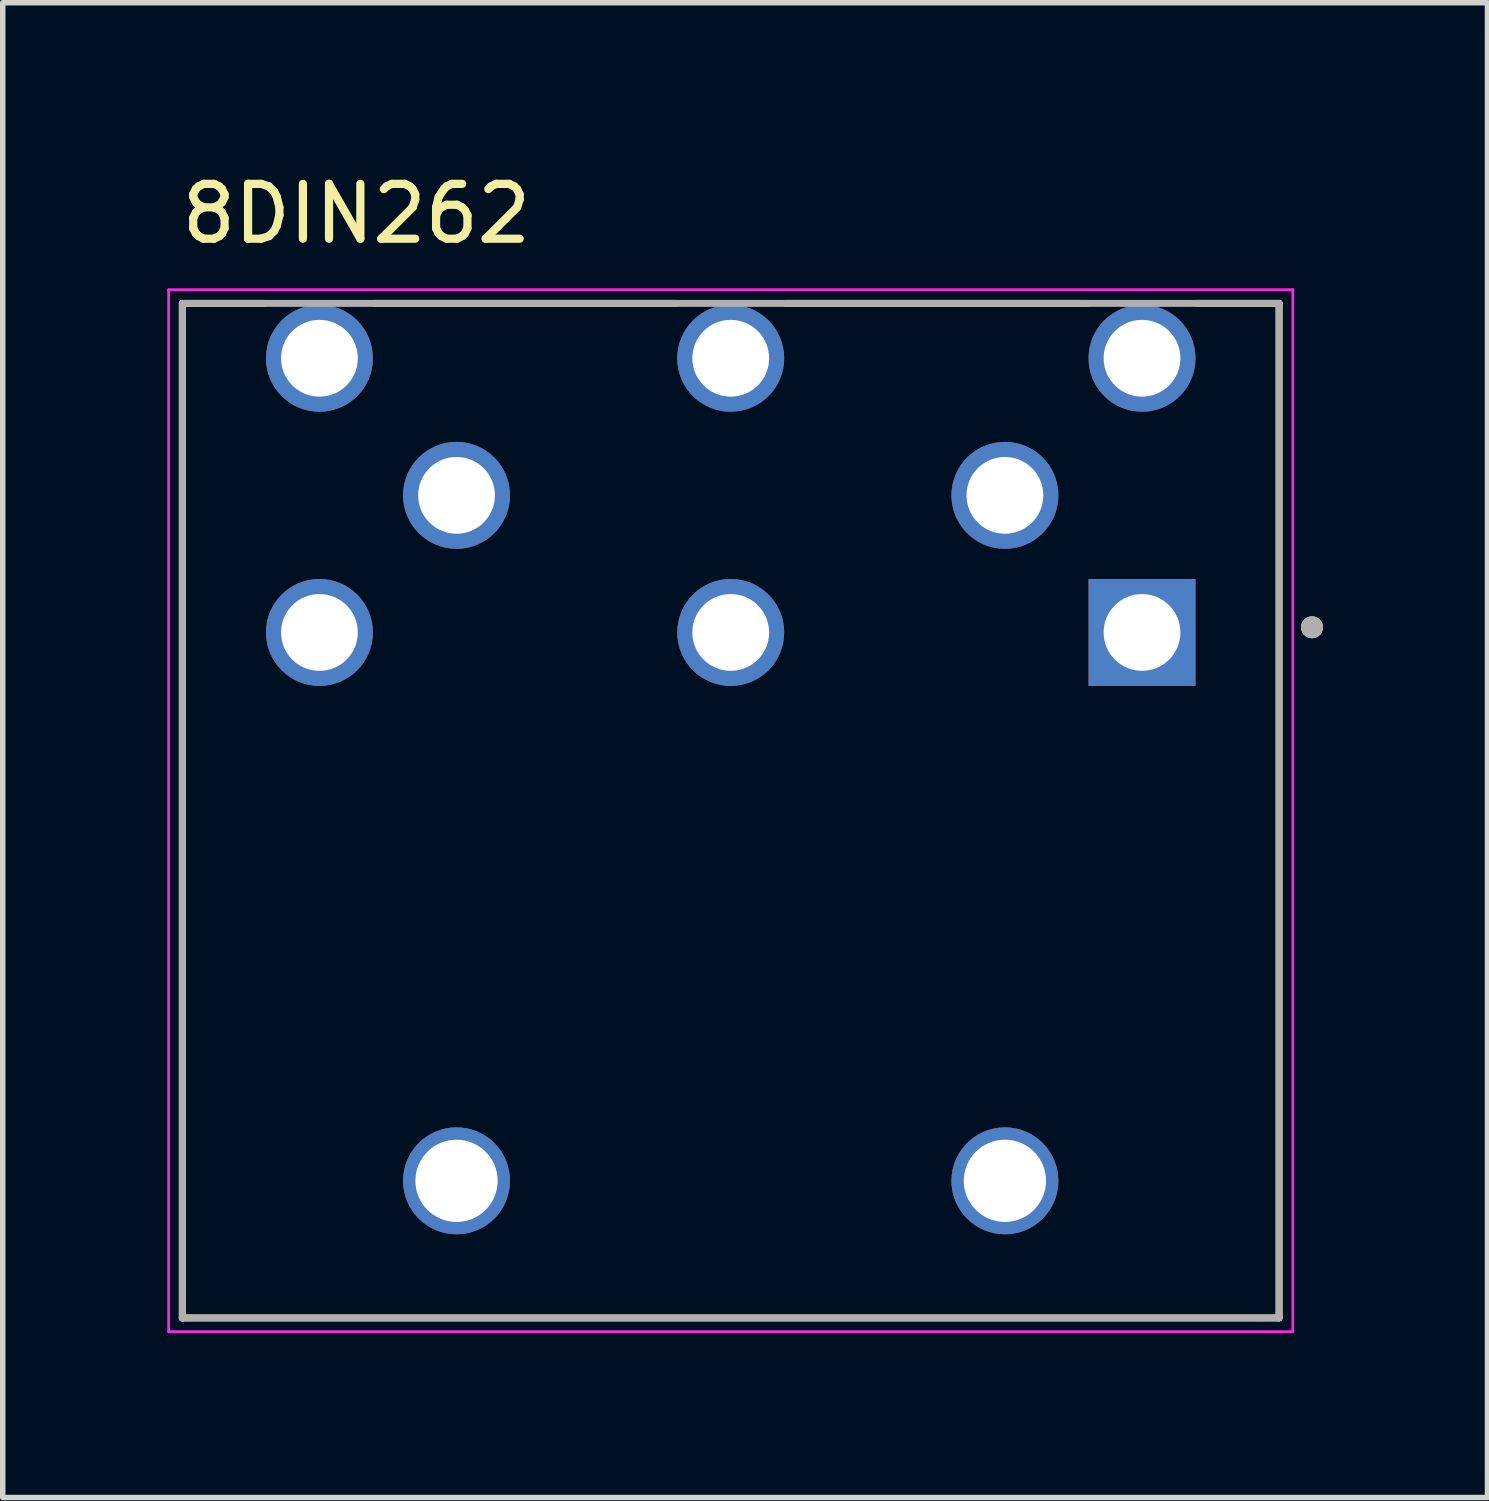
<source format=kicad_pcb>
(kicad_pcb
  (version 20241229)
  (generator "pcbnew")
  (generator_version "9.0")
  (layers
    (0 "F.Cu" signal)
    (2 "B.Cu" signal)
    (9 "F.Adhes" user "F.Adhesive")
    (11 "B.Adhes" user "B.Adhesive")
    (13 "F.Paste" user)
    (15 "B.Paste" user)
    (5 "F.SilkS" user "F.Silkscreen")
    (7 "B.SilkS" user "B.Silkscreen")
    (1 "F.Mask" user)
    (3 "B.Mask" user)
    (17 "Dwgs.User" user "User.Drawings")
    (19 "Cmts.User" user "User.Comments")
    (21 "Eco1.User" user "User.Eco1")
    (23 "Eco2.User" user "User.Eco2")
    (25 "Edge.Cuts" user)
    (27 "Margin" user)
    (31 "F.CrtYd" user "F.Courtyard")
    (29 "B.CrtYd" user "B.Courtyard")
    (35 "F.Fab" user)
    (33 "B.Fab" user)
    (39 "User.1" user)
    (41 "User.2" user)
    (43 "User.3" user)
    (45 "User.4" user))
  (footprint "8DIN262"
    (layer "F.Cu")
    (at 10.275 13.483)
    (property "Reference" "8DIN262" (at -6.825 -12.635 0) (layer "F.SilkS") (effects (font (size 1 1) (thickness 0.15))))
    (attr through_hole)
    (fp_line (start -10 -11) (end -8.5 -11) (stroke (width 0.127) (type default)) (layer "F.SilkS"))
    (fp_line (start -10 7.5) (end -10 -11) (stroke (width 0.127) (type solid)) (layer "F.SilkS"))
    (fp_line (start -10 7.5) (end 10 7.5) (stroke (width 0.127) (type solid)) (layer "F.SilkS"))
    (fp_line (start -6.5 -11) (end -1 -11) (stroke (width 0.127) (type solid)) (layer "F.SilkS"))
    (fp_line (start 1 -11) (end 6.5 -11) (stroke (width 0.127) (type solid)) (layer "F.SilkS"))
    (fp_line (start 10 -11) (end 8.5 -11) (stroke (width 0.127) (type default)) (layer "F.SilkS"))
    (fp_line (start 10 -11) (end 10 7.5) (stroke (width 0.127) (type solid)) (layer "F.SilkS"))
    (fp_circle (center 10.6 -5.094) (end 10.7 -5.094) (stroke (width 0.2) (type solid)) (fill no) (layer "F.SilkS"))
    (fp_line (start -10.25 -11.25) (end 10.25 -11.25) (stroke (width 0.05) (type solid)) (layer "F.CrtYd"))
    (fp_line (start -10.25 7.75) (end -10.25 -11.25) (stroke (width 0.05) (type solid)) (layer "F.CrtYd"))
    (fp_line (start 10.25 -11.25) (end 10.25 7.75) (stroke (width 0.05) (type solid)) (layer "F.CrtYd"))
    (fp_line (start 10.25 7.75) (end -10.25 7.75) (stroke (width 0.05) (type solid)) (layer "F.CrtYd"))
    (fp_line (start -10 -11) (end 10 -11) (stroke (width 0.127) (type solid)) (layer "F.Fab"))
    (fp_line (start -10 7.5) (end -10 -11) (stroke (width 0.127) (type solid)) (layer "F.Fab"))
    (fp_line (start 10 -11) (end 10 7.5) (stroke (width 0.127) (type solid)) (layer "F.Fab"))
    (fp_line (start 10 7.5) (end -10 7.5) (stroke (width 0.127) (type solid)) (layer "F.Fab"))
    (fp_circle (center 10.6 -5.094) (end 10.7 -5.094) (stroke (width 0.2) (type solid)) (fill no) (layer "F.Fab"))
    (pad "1" thru_hole rect (at 7.5 -5) (size 1.95 1.95) (drill 1.4) (layers "*.Cu" "*.Mask"))
    (pad "2" thru_hole circle (at 0 -5) (size 1.95 1.95) (drill 1.4) (layers "*.Cu" "*.Mask"))
    (pad "3" thru_hole circle (at -7.5 -5) (size 1.95 1.95) (drill 1.4) (layers "*.Cu" "*.Mask"))
    (pad "4" thru_hole circle (at 5 -7.5) (size 1.95 1.95) (drill 1.4) (layers "*.Cu" "*.Mask"))
    (pad "5" thru_hole circle (at -5 -7.5) (size 1.95 1.95) (drill 1.4) (layers "*.Cu" "*.Mask"))
    (pad "6" thru_hole circle (at 0 -10) (size 1.95 1.95) (drill 1.4) (layers "*.Cu" "*.Mask"))
    (pad "7" thru_hole circle (at 7.5 -10) (size 1.95 1.95) (drill 1.4) (layers "*.Cu" "*.Mask"))
    (pad "8" thru_hole circle (at -7.5 -10) (size 1.95 1.95) (drill 1.4) (layers "*.Cu" "*.Mask"))
    (pad "E1" thru_hole circle (at -5 5) (size 1.95 1.95) (drill 1.5) (layers "*.Cu" "*.Mask"))
    (pad "E2" thru_hole circle (at 5 5) (size 1.95 1.95) (drill 1.5) (layers "*.Cu" "*.Mask")))
  (gr_rect
    (start -3 -3)
    (end 24.075 24.258)
    (stroke (width 0.1) (type default))
    (fill no)
    (layer "Edge.Cuts")))
</source>
